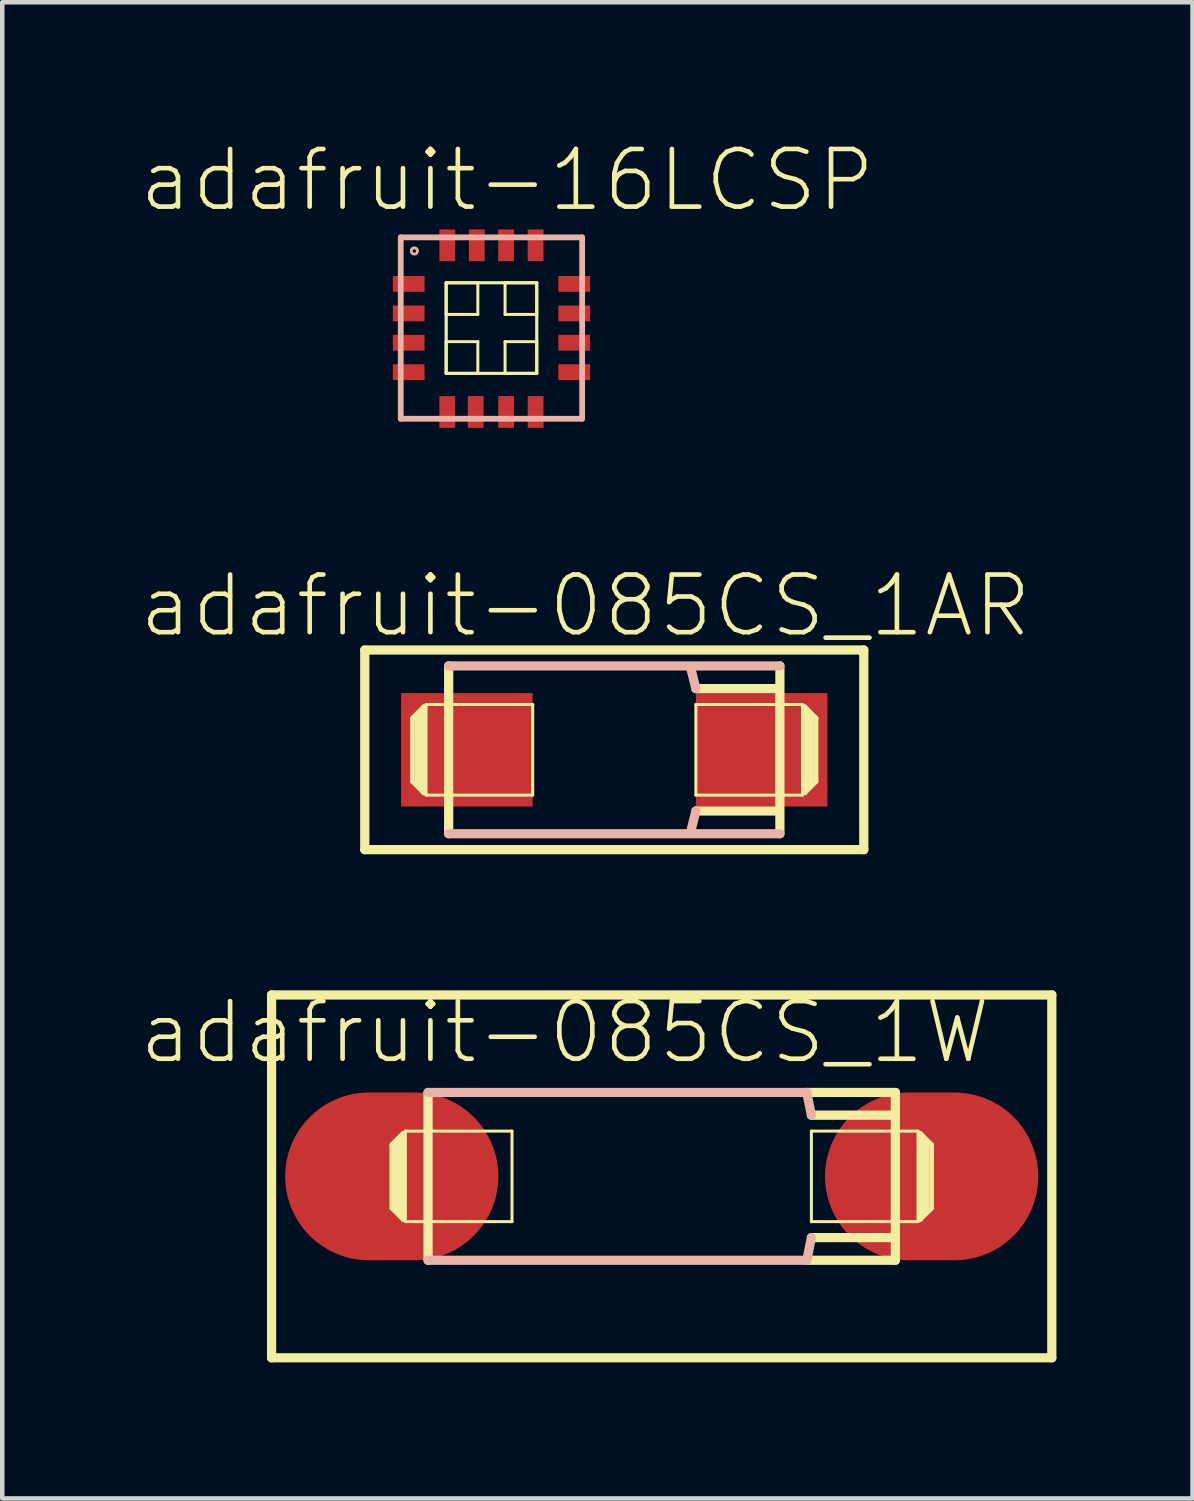
<source format=kicad_pcb>
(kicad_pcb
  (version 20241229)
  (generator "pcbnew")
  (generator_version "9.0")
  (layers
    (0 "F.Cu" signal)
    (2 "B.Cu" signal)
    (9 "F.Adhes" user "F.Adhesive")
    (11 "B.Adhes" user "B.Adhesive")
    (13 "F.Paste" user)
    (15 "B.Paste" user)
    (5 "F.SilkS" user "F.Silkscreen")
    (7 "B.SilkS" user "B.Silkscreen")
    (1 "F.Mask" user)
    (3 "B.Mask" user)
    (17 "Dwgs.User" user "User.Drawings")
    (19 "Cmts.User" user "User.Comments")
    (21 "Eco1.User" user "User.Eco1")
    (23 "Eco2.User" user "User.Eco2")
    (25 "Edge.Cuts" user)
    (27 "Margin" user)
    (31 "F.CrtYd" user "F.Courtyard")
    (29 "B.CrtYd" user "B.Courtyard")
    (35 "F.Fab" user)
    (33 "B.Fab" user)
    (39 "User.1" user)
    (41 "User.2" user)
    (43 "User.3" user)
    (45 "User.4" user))
  (footprint "adafruit-085CS_1AR"
    (layer "F.Cu")
    (at 10.488 13.475)
    (property "Reference" "adafruit-085CS_1AR" (at -0.635 -3.175 0) (layer "F.SilkS") (effects (font (size 1.27 1.27) (thickness 0.102))))
    (attr smd)
    (fp_line (start -5.499 -2.2) (end -5.499 2.2) (stroke (width 0.203) (type solid)) (layer "F.SilkS"))
    (fp_line (start -5.499 -2.2) (end 5.499 -2.2) (stroke (width 0.203) (type solid)) (layer "F.SilkS"))
    (fp_line (start -5.499 2.2) (end 5.499 2.2) (stroke (width 0.203) (type solid)) (layer "F.SilkS"))
    (fp_line (start -4.448 -0.699) (end -4.448 0.699) (stroke (width 0.102) (type solid)) (layer "F.SilkS"))
    (fp_line (start -4.448 0.699) (end -4.199 0.95) (stroke (width 0.102) (type solid)) (layer "F.SilkS"))
    (fp_line (start -4.298 -0.749) (end -4.298 0.749) (stroke (width 0.203) (type solid)) (layer "F.SilkS"))
    (fp_line (start -4.199 -0.95) (end -4.448 -0.699) (stroke (width 0.102) (type solid)) (layer "F.SilkS"))
    (fp_line (start -4.199 0.95) (end -4.199 -0.95) (stroke (width 0.102) (type solid)) (layer "F.SilkS"))
    (fp_line (start -4.148 -0.998) (end -1.798 -0.998) (stroke (width 0.066) (type solid)) (layer "F.SilkS"))
    (fp_line (start -4.148 0.998) (end -4.148 -0.998) (stroke (width 0.066) (type solid)) (layer "F.SilkS"))
    (fp_line (start -4.148 0.998) (end -1.798 0.998) (stroke (width 0.066) (type solid)) (layer "F.SilkS"))
    (fp_line (start -3.65 -1.849) (end -3.65 1.849) (stroke (width 0.203) (type solid)) (layer "F.SilkS"))
    (fp_line (start -1.798 0.998) (end -1.798 -0.998) (stroke (width 0.066) (type solid)) (layer "F.SilkS"))
    (fp_line (start 1.798 -0.998) (end 4.148 -0.998) (stroke (width 0.066) (type solid)) (layer "F.SilkS"))
    (fp_line (start 1.798 0.998) (end 1.798 -0.998) (stroke (width 0.066) (type solid)) (layer "F.SilkS"))
    (fp_line (start 1.798 0.998) (end 4.148 0.998) (stroke (width 0.066) (type solid)) (layer "F.SilkS"))
    (fp_line (start 3.548 -1.349) (end 1.798 -1.349) (stroke (width 0.203) (type solid)) (layer "F.SilkS"))
    (fp_line (start 3.599 1.349) (end 1.798 1.349) (stroke (width 0.203) (type solid)) (layer "F.SilkS"))
    (fp_line (start 3.65 1.849) (end 3.65 -1.849) (stroke (width 0.203) (type solid)) (layer "F.SilkS"))
    (fp_line (start 4.148 0.998) (end 4.148 -0.998) (stroke (width 0.066) (type solid)) (layer "F.SilkS"))
    (fp_line (start 4.199 -0.95) (end 4.199 0.95) (stroke (width 0.102) (type solid)) (layer "F.SilkS"))
    (fp_line (start 4.199 0.95) (end 4.448 0.699) (stroke (width 0.102) (type solid)) (layer "F.SilkS"))
    (fp_line (start 4.298 0.749) (end 4.298 -0.749) (stroke (width 0.203) (type solid)) (layer "F.SilkS"))
    (fp_line (start 4.448 -0.699) (end 4.199 -0.95) (stroke (width 0.102) (type solid)) (layer "F.SilkS"))
    (fp_line (start 4.448 0.699) (end 4.448 -0.699) (stroke (width 0.102) (type solid)) (layer "F.SilkS"))
    (fp_line (start 5.499 -2.2) (end 5.499 2.2) (stroke (width 0.203) (type solid)) (layer "F.SilkS"))
    (fp_line (start -3.65 1.849) (end 3.65 1.849) (stroke (width 0.203) (type solid)) (layer "B.SilkS"))
    (fp_line (start 1.798 -1.349) (end 1.699 -1.748) (stroke (width 0.203) (type solid)) (layer "B.SilkS"))
    (fp_line (start 1.798 1.349) (end 1.699 1.748) (stroke (width 0.203) (type solid)) (layer "B.SilkS"))
    (fp_line (start 3.65 -1.849) (end -3.65 -1.849) (stroke (width 0.203) (type solid)) (layer "B.SilkS"))
    (pad "+" smd rect (at 3.249 0) (size 2.898 2.499) (layers "F.Cu" "F.Mask" "F.Paste"))
    (pad "-" smd rect (at -3.249 0) (size 2.898 2.499) (layers "F.Cu" "F.Mask" "F.Paste")))
  (footprint "adafruit-16LCSP"
    (layer "F.Cu")
    (at 7.781 4.18)
    (property "Reference" "adafruit-16LCSP" (at 0.348 -3.259 0) (layer "F.SilkS") (effects (font (size 1.27 1.27) (thickness 0.102))))
    (attr smd)
    (fp_line (start -0.998 -0.998) (end 0.998 -0.998) (stroke (width 0.066) (type solid)) (layer "B.Cu"))
    (fp_line (start -0.998 0.998) (end -0.998 -0.998) (stroke (width 0.066) (type solid)) (layer "B.Cu"))
    (fp_line (start -0.998 0.998) (end 0.998 0.998) (stroke (width 0.066) (type solid)) (layer "B.Cu"))
    (fp_line (start 0.998 0.998) (end 0.998 -0.998) (stroke (width 0.066) (type solid)) (layer "B.Cu"))
    (fp_line (start -0.998 -0.998) (end -0.3 -0.998) (stroke (width 0.066) (type solid)) (layer "F.SilkS"))
    (fp_line (start -0.998 -0.998) (end 0.998 -0.998) (stroke (width 0.066) (type solid)) (layer "F.SilkS"))
    (fp_line (start -0.998 -0.3) (end -0.998 -0.998) (stroke (width 0.066) (type solid)) (layer "F.SilkS"))
    (fp_line (start -0.998 -0.3) (end -0.3 -0.3) (stroke (width 0.066) (type solid)) (layer "F.SilkS"))
    (fp_line (start -0.998 0.3) (end -0.3 0.3) (stroke (width 0.066) (type solid)) (layer "F.SilkS"))
    (fp_line (start -0.998 0.998) (end -0.998 -0.998) (stroke (width 0.066) (type solid)) (layer "F.SilkS"))
    (fp_line (start -0.998 0.998) (end -0.998 0.3) (stroke (width 0.066) (type solid)) (layer "F.SilkS"))
    (fp_line (start -0.998 0.998) (end -0.3 0.998) (stroke (width 0.066) (type solid)) (layer "F.SilkS"))
    (fp_line (start -0.998 0.998) (end 0.998 0.998) (stroke (width 0.066) (type solid)) (layer "F.SilkS"))
    (fp_line (start -0.3 -0.3) (end -0.3 -0.998) (stroke (width 0.066) (type solid)) (layer "F.SilkS"))
    (fp_line (start -0.3 0.998) (end -0.3 0.3) (stroke (width 0.066) (type solid)) (layer "F.SilkS"))
    (fp_line (start 0.3 -0.998) (end 0.998 -0.998) (stroke (width 0.066) (type solid)) (layer "F.SilkS"))
    (fp_line (start 0.3 -0.3) (end 0.3 -0.998) (stroke (width 0.066) (type solid)) (layer "F.SilkS"))
    (fp_line (start 0.3 -0.3) (end 0.998 -0.3) (stroke (width 0.066) (type solid)) (layer "F.SilkS"))
    (fp_line (start 0.3 0.3) (end 0.998 0.3) (stroke (width 0.066) (type solid)) (layer "F.SilkS"))
    (fp_line (start 0.3 0.998) (end 0.3 0.3) (stroke (width 0.066) (type solid)) (layer "F.SilkS"))
    (fp_line (start 0.3 0.998) (end 0.998 0.998) (stroke (width 0.066) (type solid)) (layer "F.SilkS"))
    (fp_line (start 0.998 -0.3) (end 0.998 -0.998) (stroke (width 0.066) (type solid)) (layer "F.SilkS"))
    (fp_line (start 0.998 0.998) (end 0.998 -0.998) (stroke (width 0.066) (type solid)) (layer "F.SilkS"))
    (fp_line (start 0.998 0.998) (end 0.998 0.3) (stroke (width 0.066) (type solid)) (layer "F.SilkS"))
    (fp_line (start -1.999 -1.999) (end -1.999 1.999) (stroke (width 0.127) (type solid)) (layer "B.SilkS"))
    (fp_line (start -1.999 1.999) (end 1.999 1.999) (stroke (width 0.127) (type solid)) (layer "B.SilkS"))
    (fp_line (start 1.999 -1.999) (end -1.999 -1.999) (stroke (width 0.127) (type solid)) (layer "B.SilkS"))
    (fp_line (start 1.999 1.999) (end 1.999 -1.999) (stroke (width 0.127) (type solid)) (layer "B.SilkS"))
    (fp_circle (center -1.699 -1.699) (end -1.748 -1.748) (stroke (width 0.064) (type solid)) (fill no) (layer "B.SilkS"))
    (pad "1" smd rect (at -1.824 -0.973) (size 0.699 0.348) (layers "F.Cu" "F.Mask" "F.Paste"))
    (pad "2" smd rect (at -1.824 -0.323) (size 0.699 0.348) (layers "F.Cu" "F.Mask" "F.Paste"))
    (pad "3" smd rect (at -1.824 0.323) (size 0.699 0.348) (layers "F.Cu" "F.Mask" "F.Paste"))
    (pad "4" smd rect (at -1.824 0.973) (size 0.699 0.348) (layers "F.Cu" "F.Mask" "F.Paste"))
    (pad "5" smd rect (at -0.973 1.849 90) (size 0.699 0.348) (layers "F.Cu" "F.Mask" "F.Paste"))
    (pad "6" smd rect (at -0.348 1.849 90) (size 0.699 0.348) (layers "F.Cu" "F.Mask" "F.Paste"))
    (pad "7" smd rect (at 0.323 1.849 90) (size 0.699 0.348) (layers "F.Cu" "F.Mask" "F.Paste"))
    (pad "8" smd rect (at 0.973 1.849 90) (size 0.699 0.348) (layers "F.Cu" "F.Mask" "F.Paste"))
    (pad "9" smd rect (at 1.824 0.973 180) (size 0.699 0.348) (layers "F.Cu" "F.Mask" "F.Paste"))
    (pad "10" smd rect (at 1.824 0.323 180) (size 0.699 0.348) (layers "F.Cu" "F.Mask" "F.Paste"))
    (pad "11" smd rect (at 1.824 -0.323 180) (size 0.699 0.348) (layers "F.Cu" "F.Mask" "F.Paste"))
    (pad "12" smd rect (at 1.824 -0.973 180) (size 0.699 0.348) (layers "F.Cu" "F.Mask" "F.Paste"))
    (pad "13" smd rect (at 0.973 -1.824 270) (size 0.699 0.348) (layers "F.Cu" "F.Mask" "F.Paste"))
    (pad "14" smd rect (at 0.323 -1.824 270) (size 0.699 0.348) (layers "F.Cu" "F.Mask" "F.Paste"))
    (pad "15" smd rect (at -0.323 -1.824 270) (size 0.699 0.348) (layers "F.Cu" "F.Mask" "F.Paste"))
    (pad "16" smd rect (at -0.973 -1.824 270) (size 0.699 0.348) (layers "F.Cu" "F.Mask" "F.Paste")))
  (footprint "adafruit-085CS_1W"
    (layer "F.Cu")
    (at 11.533 22.876)
    (property "Reference" "adafruit-085CS_1W" (at -2.134 -3.175 0) (layer "F.SilkS") (effects (font (size 1.27 1.27) (thickness 0.102))))
    (attr smd)
    (fp_line (start -8.598 -3.998) (end -8.598 3.998) (stroke (width 0.203) (type solid)) (layer "F.SilkS"))
    (fp_line (start -8.598 -3.998) (end 8.598 -3.998) (stroke (width 0.203) (type solid)) (layer "F.SilkS"))
    (fp_line (start -8.598 3.998) (end 8.598 3.998) (stroke (width 0.203) (type solid)) (layer "F.SilkS"))
    (fp_line (start -5.949 -0.699) (end -5.949 0.699) (stroke (width 0.102) (type solid)) (layer "F.SilkS"))
    (fp_line (start -5.949 0.699) (end -5.7 0.95) (stroke (width 0.102) (type solid)) (layer "F.SilkS"))
    (fp_line (start -5.799 -0.749) (end -5.799 0.749) (stroke (width 0.203) (type solid)) (layer "F.SilkS"))
    (fp_line (start -5.7 -0.95) (end -5.949 -0.699) (stroke (width 0.102) (type solid)) (layer "F.SilkS"))
    (fp_line (start -5.7 0.95) (end -5.7 -0.95) (stroke (width 0.102) (type solid)) (layer "F.SilkS"))
    (fp_line (start -5.649 -0.998) (end -3.299 -0.998) (stroke (width 0.066) (type solid)) (layer "F.SilkS"))
    (fp_line (start -5.649 0.998) (end -5.649 -0.998) (stroke (width 0.066) (type solid)) (layer "F.SilkS"))
    (fp_line (start -5.649 0.998) (end -3.299 0.998) (stroke (width 0.066) (type solid)) (layer "F.SilkS"))
    (fp_line (start -5.149 -1.849) (end -5.149 1.849) (stroke (width 0.203) (type solid)) (layer "F.SilkS"))
    (fp_line (start -3.299 0.998) (end -3.299 -0.998) (stroke (width 0.066) (type solid)) (layer "F.SilkS"))
    (fp_line (start 3.198 1.849) (end 5.149 1.849) (stroke (width 0.203) (type solid)) (layer "F.SilkS"))
    (fp_line (start 3.299 -0.998) (end 5.649 -0.998) (stroke (width 0.066) (type solid)) (layer "F.SilkS"))
    (fp_line (start 3.299 0.998) (end 3.299 -0.998) (stroke (width 0.066) (type solid)) (layer "F.SilkS"))
    (fp_line (start 3.299 0.998) (end 5.649 0.998) (stroke (width 0.066) (type solid)) (layer "F.SilkS"))
    (fp_line (start 5.05 -1.349) (end 3.299 -1.349) (stroke (width 0.203) (type solid)) (layer "F.SilkS"))
    (fp_line (start 5.098 1.349) (end 3.299 1.349) (stroke (width 0.203) (type solid)) (layer "F.SilkS"))
    (fp_line (start 5.149 -1.849) (end 3.198 -1.849) (stroke (width 0.203) (type solid)) (layer "F.SilkS"))
    (fp_line (start 5.149 1.849) (end 5.149 -1.849) (stroke (width 0.203) (type solid)) (layer "F.SilkS"))
    (fp_line (start 5.649 0.998) (end 5.649 -0.998) (stroke (width 0.066) (type solid)) (layer "F.SilkS"))
    (fp_line (start 5.7 -0.95) (end 5.7 0.95) (stroke (width 0.102) (type solid)) (layer "F.SilkS"))
    (fp_line (start 5.7 0.95) (end 5.949 0.699) (stroke (width 0.102) (type solid)) (layer "F.SilkS"))
    (fp_line (start 5.799 0.749) (end 5.799 -0.749) (stroke (width 0.203) (type solid)) (layer "F.SilkS"))
    (fp_line (start 5.949 -0.699) (end 5.7 -0.95) (stroke (width 0.102) (type solid)) (layer "F.SilkS"))
    (fp_line (start 5.949 0.699) (end 5.949 -0.699) (stroke (width 0.102) (type solid)) (layer "F.SilkS"))
    (fp_line (start 8.598 -3.998) (end 8.598 3.998) (stroke (width 0.203) (type solid)) (layer "F.SilkS"))
    (fp_line (start -5.149 1.849) (end 3.198 1.849) (stroke (width 0.203) (type solid)) (layer "B.SilkS"))
    (fp_line (start 3.198 -1.849) (end -5.149 -1.849) (stroke (width 0.203) (type solid)) (layer "B.SilkS"))
    (fp_line (start 3.299 -1.349) (end 3.198 -1.849) (stroke (width 0.203) (type solid)) (layer "B.SilkS"))
    (fp_line (start 3.299 1.349) (end 3.198 1.849) (stroke (width 0.203) (type solid)) (layer "B.SilkS"))
    (pad "+" smd oval (at 5.949 0) (size 4.699 3.698) (layers "F.Cu" "F.Mask" "F.Paste"))
    (pad "-" smd oval (at -5.949 0) (size 4.699 3.698) (layers "F.Cu" "F.Mask" "F.Paste")))
  (gr_rect
    (start -3 -3)
    (end 23.232 29.975)
    (stroke (width 0.1) (type default))
    (fill no)
    (layer "Edge.Cuts")))
</source>
